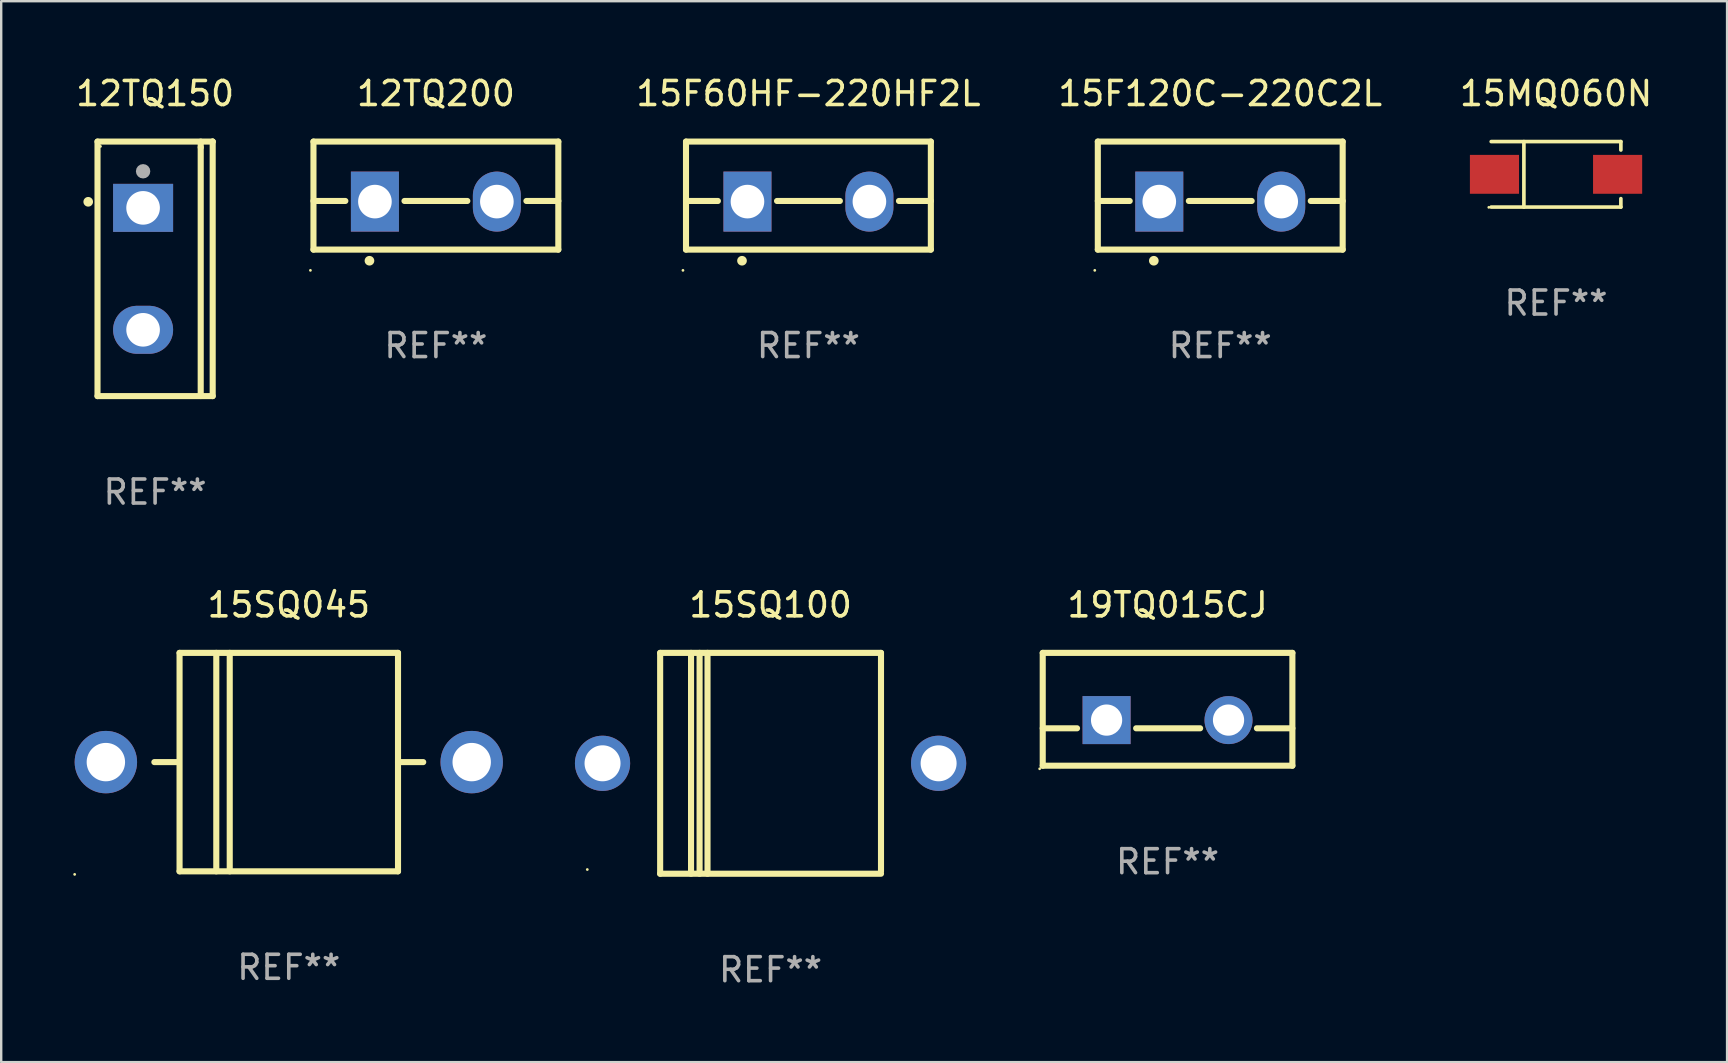
<source format=kicad_pcb>
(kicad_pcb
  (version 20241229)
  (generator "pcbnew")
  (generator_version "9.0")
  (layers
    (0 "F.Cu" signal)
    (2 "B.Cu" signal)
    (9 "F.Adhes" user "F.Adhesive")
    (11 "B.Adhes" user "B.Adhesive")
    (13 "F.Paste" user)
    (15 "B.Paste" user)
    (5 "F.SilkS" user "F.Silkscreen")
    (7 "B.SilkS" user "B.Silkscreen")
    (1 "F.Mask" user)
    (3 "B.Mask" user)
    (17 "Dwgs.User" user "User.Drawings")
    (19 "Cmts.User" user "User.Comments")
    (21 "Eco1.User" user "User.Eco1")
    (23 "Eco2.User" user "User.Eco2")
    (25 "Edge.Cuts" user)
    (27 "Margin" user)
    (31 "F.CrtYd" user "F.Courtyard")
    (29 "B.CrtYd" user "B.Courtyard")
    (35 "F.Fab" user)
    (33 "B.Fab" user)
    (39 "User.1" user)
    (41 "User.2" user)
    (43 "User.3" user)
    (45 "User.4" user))
  (footprint "12TQ200"
    (layer "F.Cu")
    (at 15.108 5.098)
    (property "Reference" "12TQ200" (at 0 -4.25 0) (layer "F.SilkS") (effects (font (size 1 1) (thickness 0.15))))
    (attr through_hole)
    (fp_line (start -5.1 -2.25) (end -5.1 2.25) (stroke (width 0.254) (type solid)) (layer "F.SilkS"))
    (fp_line (start -5.1 0.224) (end -3.772 0.224) (stroke (width 0.254) (type solid)) (layer "F.SilkS"))
    (fp_line (start -5.1 2.25) (end 5.1 2.25) (stroke (width 0.254) (type solid)) (layer "F.SilkS"))
    (fp_line (start -1.308 0.224) (end 1.309 0.224) (stroke (width 0.254) (type solid)) (layer "F.SilkS"))
    (fp_line (start 3.771 0.224) (end 5.1 0.224) (stroke (width 0.254) (type solid)) (layer "F.SilkS"))
    (fp_line (start 5.1 -2.25) (end -5.1 -2.25) (stroke (width 0.254) (type solid)) (layer "F.SilkS"))
    (fp_line (start 5.1 -2.25) (end 5.1 2.25) (stroke (width 0.254) (type solid)) (layer "F.SilkS"))
    (fp_arc (start -2.768606 2.713805) (mid -2.767336 2.713801) (end -2.766066 2.713805) (stroke (width 0.4) (type solid)) (layer "F.SilkS"))
    (fp_circle (center -5.227 3.114) (end -5.197 3.114) (stroke (width 0.06) (type solid)) (fill no) (layer "F.SilkS"))
    (fp_text user "REF**" (at 0 6.25 0) (layer "F.Fab") (effects (font (size 1 1) (thickness 0.15))))
    (pad "1" thru_hole rect (at -2.54 0.25) (size 2 2.5) (drill 1.4) (layers "*.Cu" "*.Mask"))
    (pad "3" thru_hole oval (at 2.54 0.25) (size 2 2.5) (drill 1.4) (layers "*.Cu" "*.Mask")))
  (footprint "19TQ015CJ"
    (layer "F.Cu")
    (at 45.587 26.497)
    (property "Reference" "19TQ015CJ" (at 0 -4.35 0) (layer "F.SilkS") (effects (font (size 1 1) (thickness 0.15))))
    (attr through_hole)
    (fp_line (start -5.2 -2.35) (end -5.2 2.35) (stroke (width 0.254) (type solid)) (layer "F.SilkS"))
    (fp_line (start -5.2 -2.35) (end 5.2 -2.35) (stroke (width 0.254) (type solid)) (layer "F.SilkS"))
    (fp_line (start -5.2 0.792) (end -3.771 0.792) (stroke (width 0.254) (type solid)) (layer "F.SilkS"))
    (fp_line (start -5.2 2.35) (end 5.2 2.35) (stroke (width 0.254) (type solid)) (layer "F.SilkS"))
    (fp_line (start -1.309 0.792) (end 1.357 0.792) (stroke (width 0.254) (type solid)) (layer "F.SilkS"))
    (fp_line (start 3.723 0.792) (end 5.2 0.792) (stroke (width 0.254) (type solid)) (layer "F.SilkS"))
    (fp_line (start 5.2 -2.35) (end 5.2 2.35) (stroke (width 0.254) (type solid)) (layer "F.SilkS"))
    (fp_circle (center -5.327 2.477) (end -5.297 2.477) (stroke (width 0.06) (type solid)) (fill no) (layer "F.SilkS"))
    (fp_text user "REF**" (at 0 6.35 0) (layer "F.Fab") (effects (font (size 1 1) (thickness 0.15))))
    (pad "1" thru_hole rect (at -2.54 0.45) (size 2 2) (drill 1.3) (layers "*.Cu" "*.Mask"))
    (pad "2" thru_hole circle (at 2.54 0.45) (size 2 2) (drill 1.3) (layers "*.Cu" "*.Mask")))
  (footprint "15F60HF-220HF2L"
    (layer "F.Cu")
    (at 30.627 5.098)
    (property "Reference" "15F60HF-220HF2L" (at 0 -4.25 0) (layer "F.SilkS") (effects (font (size 1 1) (thickness 0.15))))
    (attr through_hole)
    (fp_line (start -5.1 -2.25) (end -5.1 2.25) (stroke (width 0.254) (type solid)) (layer "F.SilkS"))
    (fp_line (start -5.1 0.224) (end -3.772 0.224) (stroke (width 0.254) (type solid)) (layer "F.SilkS"))
    (fp_line (start -5.1 2.25) (end 5.1 2.25) (stroke (width 0.254) (type solid)) (layer "F.SilkS"))
    (fp_line (start -1.308 0.224) (end 1.309 0.224) (stroke (width 0.254) (type solid)) (layer "F.SilkS"))
    (fp_line (start 3.771 0.224) (end 5.1 0.224) (stroke (width 0.254) (type solid)) (layer "F.SilkS"))
    (fp_line (start 5.1 -2.25) (end -5.1 -2.25) (stroke (width 0.254) (type solid)) (layer "F.SilkS"))
    (fp_line (start 5.1 -2.25) (end 5.1 2.25) (stroke (width 0.254) (type solid)) (layer "F.SilkS"))
    (fp_arc (start -2.768606 2.713805) (mid -2.767336 2.713801) (end -2.766066 2.713805) (stroke (width 0.4) (type solid)) (layer "F.SilkS"))
    (fp_circle (center -5.227 3.114) (end -5.197 3.114) (stroke (width 0.06) (type solid)) (fill no) (layer "F.SilkS"))
    (fp_text user "REF**" (at 0 6.25 0) (layer "F.Fab") (effects (font (size 1 1) (thickness 0.15))))
    (pad "1" thru_hole rect (at -2.54 0.25) (size 2 2.5) (drill 1.4) (layers "*.Cu" "*.Mask"))
    (pad "3" thru_hole oval (at 2.54 0.25) (size 2 2.5) (drill 1.4) (layers "*.Cu" "*.Mask")))
  (footprint "15SQ045"
    (layer "F.Cu")
    (at 8.98 28.697)
    (property "Reference" "15SQ045" (at 0 -6.55 0) (layer "F.SilkS") (effects (font (size 1 1) (thickness 0.15))))
    (attr through_hole)
    (fp_line (start -4.58 0.000127) (end -5.6 0.000127) (stroke (width 0.254) (type solid)) (layer "F.SilkS"))
    (fp_line (start -4.55 -4.55) (end 4.55 -4.55) (stroke (width 0.254) (type solid)) (layer "F.SilkS"))
    (fp_line (start -4.55 -4.55) (end -4.55 4.55) (stroke (width 0.254) (type solid)) (layer "F.SilkS"))
    (fp_line (start -3.02 -4.55) (end -3.02 4.55) (stroke (width 0.254) (type solid)) (layer "F.SilkS"))
    (fp_line (start -2.46 -4.55) (end -2.46 4.55) (stroke (width 0.254) (type solid)) (layer "F.SilkS"))
    (fp_line (start 4.55 4.55) (end -4.55 4.55) (stroke (width 0.254) (type solid)) (layer "F.SilkS"))
    (fp_line (start 4.55 4.55) (end 4.55 -4.55) (stroke (width 0.254) (type solid)) (layer "F.SilkS"))
    (fp_line (start 5.6 0.000127) (end 4.55 0.000127) (stroke (width 0.254) (type solid)) (layer "F.SilkS"))
    (fp_circle (center -8.92 4.677) (end -8.89 4.677) (stroke (width 0.06) (type solid)) (fill no) (layer "F.SilkS"))
    (fp_text user "REF**" (at 0 8.55 0) (layer "F.Fab") (effects (font (size 1 1) (thickness 0.15))))
    (pad "1" thru_hole circle (at -7.62 0.000127) (size 2.6 2.6) (drill 1.6) (layers "*.Cu" "*.Mask"))
    (pad "2" thru_hole circle (at 7.62 0.000127) (size 2.6 2.6) (drill 1.6) (layers "*.Cu" "*.Mask")))
  (footprint "15F120C-220C2L"
    (layer "F.Cu")
    (at 47.782 5.098)
    (property "Reference" "15F120C-220C2L" (at 0 -4.25 0) (layer "F.SilkS") (effects (font (size 1 1) (thickness 0.15))))
    (attr through_hole)
    (fp_line (start -5.1 -2.25) (end -5.1 2.25) (stroke (width 0.254) (type solid)) (layer "F.SilkS"))
    (fp_line (start -5.1 0.224) (end -3.772 0.224) (stroke (width 0.254) (type solid)) (layer "F.SilkS"))
    (fp_line (start -5.1 2.25) (end 5.1 2.25) (stroke (width 0.254) (type solid)) (layer "F.SilkS"))
    (fp_line (start -1.308 0.224) (end 1.309 0.224) (stroke (width 0.254) (type solid)) (layer "F.SilkS"))
    (fp_line (start 3.771 0.224) (end 5.1 0.224) (stroke (width 0.254) (type solid)) (layer "F.SilkS"))
    (fp_line (start 5.1 -2.25) (end -5.1 -2.25) (stroke (width 0.254) (type solid)) (layer "F.SilkS"))
    (fp_line (start 5.1 -2.25) (end 5.1 2.25) (stroke (width 0.254) (type solid)) (layer "F.SilkS"))
    (fp_arc (start -2.768606 2.713805) (mid -2.767336 2.713801) (end -2.766066 2.713805) (stroke (width 0.4) (type solid)) (layer "F.SilkS"))
    (fp_circle (center -5.227 3.114) (end -5.197 3.114) (stroke (width 0.06) (type solid)) (fill no) (layer "F.SilkS"))
    (fp_text user "REF**" (at 0 6.25 0) (layer "F.Fab") (effects (font (size 1 1) (thickness 0.15))))
    (pad "1" thru_hole rect (at -2.54 0.25) (size 2 2.5) (drill 1.4) (layers "*.Cu" "*.Mask"))
    (pad "3" thru_hole oval (at 2.54 0.25) (size 2 2.5) (drill 1.4) (layers "*.Cu" "*.Mask")))
  (footprint "15MQ060N"
    (layer "F.Cu")
    (at 61.77 4.212)
    (property "Reference" "15MQ060N" (at 0 -3.364 0) (layer "F.SilkS") (effects (font (size 1 1) (thickness 0.15))))
    (attr through_hole)
    (fp_line (start -2.701 -1.364) (end 2.701 -1.364) (stroke (width 0.152) (type solid)) (layer "F.SilkS"))
    (fp_line (start -2.701 1.364) (end 2.701 1.364) (stroke (width 0.152) (type solid)) (layer "F.SilkS"))
    (fp_line (start -1.339 -1.364) (end -1.339 1.364) (stroke (width 0.152) (type solid)) (layer "F.SilkS"))
    (fp_line (start 2.701 -1.364) (end 2.701 -1.013) (stroke (width 0.152) (type solid)) (layer "F.SilkS"))
    (fp_line (start 2.701 1.364) (end 2.701 1.013) (stroke (width 0.152) (type solid)) (layer "F.SilkS"))
    (fp_circle (center -2.8 1.375) (end -2.77 1.375) (stroke (width 0.06) (type solid)) (fill no) (layer "F.SilkS"))
    (fp_text user "REF**" (at 0 5.364 0) (layer "F.Fab") (effects (font (size 1 1) (thickness 0.15))))
    (pad "1" smd rect (at -2.565 -0.000025) (size 2.046 1.62) (layers "F.Cu" "F.Mask" "F.Paste"))
    (pad "2" smd rect (at 2.565 -0.000025) (size 2.046 1.62) (layers "F.Cu" "F.Mask" "F.Paste")))
  (footprint "15SQ100"
    (layer "F.Cu")
    (at 29.05 28.747)
    (property "Reference" "15SQ100" (at 0 -6.6 0) (layer "F.SilkS") (effects (font (size 1 1) (thickness 0.15))))
    (attr through_hole)
    (fp_line (start -4.6 -4.6) (end -4.6 4.6) (stroke (width 0.254) (type solid)) (layer "F.SilkS"))
    (fp_line (start -4.6 -4.6) (end 4.6 -4.6) (stroke (width 0.254) (type solid)) (layer "F.SilkS"))
    (fp_line (start -4.6 4.6) (end 4.6 4.6) (stroke (width 0.254) (type solid)) (layer "F.SilkS"))
    (fp_line (start -3.313 -4.6) (end -3.313 4.6) (stroke (width 0.254) (type solid)) (layer "F.SilkS"))
    (fp_line (start -2.957 -4.6) (end -2.957 4.6) (stroke (width 0.254) (type solid)) (layer "F.SilkS"))
    (fp_line (start -2.627 -4.6) (end -2.627 4.6) (stroke (width 0.254) (type solid)) (layer "F.SilkS"))
    (fp_line (start 4.6 -4.6) (end 4.6 4.5) (stroke (width 0.254) (type solid)) (layer "F.SilkS"))
    (fp_circle (center -7.635 4.425) (end -7.605 4.425) (stroke (width 0.06) (type solid)) (fill no) (layer "F.SilkS"))
    (fp_text user "REF**" (at 0 8.6 0) (layer "F.Fab") (effects (font (size 1 1) (thickness 0.15))))
    (pad "1" thru_hole circle (at -7 0) (size 2.3 2.3) (drill 1.5) (layers "*.Cu" "*.Mask"))
    (pad "2" thru_hole circle (at 7 0) (size 2.3 2.3) (drill 1.5) (layers "*.Cu" "*.Mask")))
  (footprint "12TQ150"
    (layer "F.Cu")
    (at 3.411 8.149)
    (property "Reference" "12TQ150" (at 0 -7.301 0) (layer "F.SilkS") (effects (font (size 1 1) (thickness 0.15))))
    (attr through_hole)
    (fp_line (start -2.399 -5.301) (end 2.394 -5.301) (stroke (width 0.254) (type solid)) (layer "F.SilkS"))
    (fp_line (start -2.399 5.301) (end -2.399 -5.301) (stroke (width 0.254) (type solid)) (layer "F.SilkS"))
    (fp_line (start 1.9 -5.061) (end 1.9 -5.3) (stroke (width 0.254) (type solid)) (layer "F.SilkS"))
    (fp_line (start 1.9 5.3) (end 1.9 -5.061) (stroke (width 0.254) (type solid)) (layer "F.SilkS"))
    (fp_line (start 2.394 -5.301) (end 2.399 -5.301) (stroke (width 0.254) (type solid)) (layer "F.SilkS"))
    (fp_line (start 2.399 -5.301) (end 2.399 5.301) (stroke (width 0.254) (type solid)) (layer "F.SilkS"))
    (fp_line (start 2.399 5.301) (end -2.399 5.301) (stroke (width 0.254) (type solid)) (layer "F.SilkS"))
    (fp_arc (start -2.786043 -2.791466) (mid -2.786047 -2.792736) (end -2.786043 -2.794006) (stroke (width 0.4) (type solid)) (layer "F.SilkS"))
    (fp_circle (center -2.275 -5.1) (end -2.245 -5.1) (stroke (width 0.06) (type solid)) (fill no) (layer "F.SilkS"))
    (fp_circle (center -0.5 -4.064) (end -0.35 -4.064) (stroke (width 0.3) (type solid)) (fill no) (layer "F.Fab"))
    (fp_text user "REF**" (at 0 9.301 0) (layer "F.Fab") (effects (font (size 1 1) (thickness 0.15))))
    (pad "1" thru_hole rect (at -0.5 -2.54 270) (size 2 2.5) (drill 1.4) (layers "*.Cu" "*.Mask"))
    (pad "3" thru_hole oval (at -0.5 2.54 270) (size 2 2.5) (drill 1.4) (layers "*.Cu" "*.Mask")))
  (gr_rect
    (start -3 -3)
    (end 68.895 41.195)
    (stroke (width 0.1) (type default))
    (fill no)
    (layer "Edge.Cuts")))
</source>
